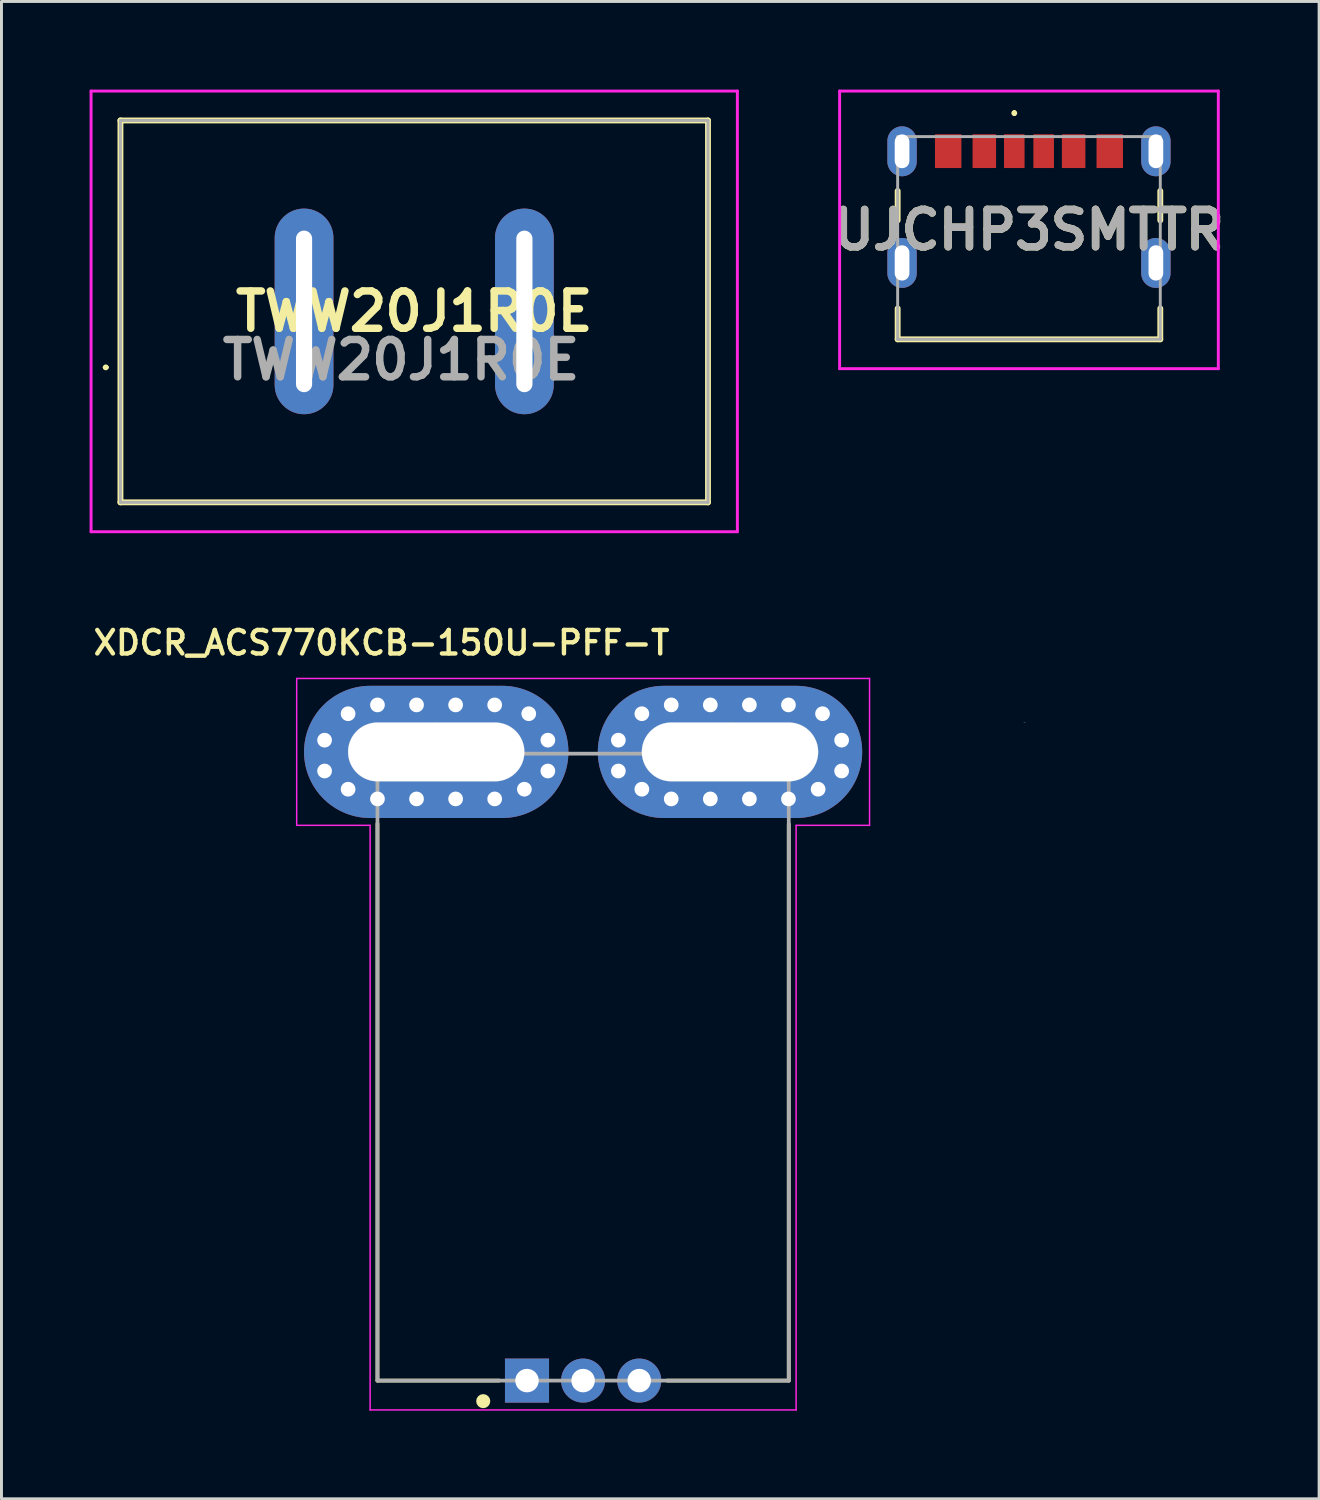
<source format=kicad_pcb>
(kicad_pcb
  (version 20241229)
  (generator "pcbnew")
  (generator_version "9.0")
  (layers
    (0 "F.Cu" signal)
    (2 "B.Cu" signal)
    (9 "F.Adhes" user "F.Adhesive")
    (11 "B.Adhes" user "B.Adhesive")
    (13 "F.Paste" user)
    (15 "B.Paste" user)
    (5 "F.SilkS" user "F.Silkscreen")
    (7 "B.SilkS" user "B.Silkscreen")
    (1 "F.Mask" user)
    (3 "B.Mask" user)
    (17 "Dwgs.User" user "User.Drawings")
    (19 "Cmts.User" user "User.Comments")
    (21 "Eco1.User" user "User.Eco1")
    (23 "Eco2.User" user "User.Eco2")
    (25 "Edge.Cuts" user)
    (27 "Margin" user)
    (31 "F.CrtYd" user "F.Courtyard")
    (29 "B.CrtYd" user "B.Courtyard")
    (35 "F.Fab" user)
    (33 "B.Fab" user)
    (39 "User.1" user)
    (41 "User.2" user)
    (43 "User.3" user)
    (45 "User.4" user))
  (footprint "UJCHP3SMTTR"
    (layer "F.Cu")
    (at 31.976 5.05)
    (property "Reference" "UJCHP3SMTTR" (at 0 -0.275 0) (layer "F.SilkS") (effects (font (size 1.27 1.27) (thickness 0.254))))
    (attr through_hole)
    (fp_line (start -4.47 -1.6) (end -4.47 -0.6) (stroke (width 0.2) (type solid)) (layer "F.SilkS"))
    (fp_line (start -4.47 2.4) (end -4.47 3.45) (stroke (width 0.2) (type solid)) (layer "F.SilkS"))
    (fp_line (start -4.47 3.45) (end 4.47 3.45) (stroke (width 0.2) (type solid)) (layer "F.SilkS"))
    (fp_line (start -0.5 -4.3) (end -0.5 -4.3) (stroke (width 0.1) (type solid)) (layer "F.SilkS"))
    (fp_line (start -0.5 -4.2) (end -0.5 -4.2) (stroke (width 0.1) (type solid)) (layer "F.SilkS"))
    (fp_line (start 4.47 -1.6) (end 4.47 -0.6) (stroke (width 0.2) (type solid)) (layer "F.SilkS"))
    (fp_line (start 4.47 3.45) (end 4.47 2.4) (stroke (width 0.2) (type solid)) (layer "F.SilkS"))
    (fp_arc (start -0.5 -4.3) (mid -0.45 -4.25) (end -0.5 -4.2) (stroke (width 0.1) (type solid)) (layer "F.SilkS"))
    (fp_arc (start -0.5 -4.2) (mid -0.55 -4.25) (end -0.5 -4.3) (stroke (width 0.1) (type solid)) (layer "F.SilkS"))
    (fp_line (start -6.445 -5) (end 6.445 -5) (stroke (width 0.1) (type solid)) (layer "F.CrtYd"))
    (fp_line (start -6.445 4.45) (end -6.445 -5) (stroke (width 0.1) (type solid)) (layer "F.CrtYd"))
    (fp_line (start 6.445 -5) (end 6.445 4.45) (stroke (width 0.1) (type solid)) (layer "F.CrtYd"))
    (fp_line (start 6.445 4.45) (end -6.445 4.45) (stroke (width 0.1) (type solid)) (layer "F.CrtYd"))
    (fp_line (start -4.47 -3.45) (end -4.47 3.45) (stroke (width 0.1) (type solid)) (layer "F.Fab"))
    (fp_line (start -4.47 3.45) (end 4.47 3.45) (stroke (width 0.1) (type solid)) (layer "F.Fab"))
    (fp_line (start 4.47 -3.45) (end -4.47 -3.45) (stroke (width 0.1) (type solid)) (layer "F.Fab"))
    (fp_line (start 4.47 3.45) (end 4.47 -3.45) (stroke (width 0.1) (type solid)) (layer "F.Fab"))
    (fp_text user "${REFERENCE}" (at 0 -0.275 0) (layer "F.Fab") (effects (font (size 1.27 1.27) (thickness 0.254))))
    (pad "A5" smd rect (at -0.5 -2.955) (size 0.7 1.15) (layers "F.Cu" "F.Mask" "F.Paste"))
    (pad "A9" smd rect (at 1.52 -2.955) (size 0.8 1.15) (layers "F.Cu" "F.Mask" "F.Paste"))
    (pad "A12" smd rect (at 2.75 -2.955) (size 0.9 1.15) (layers "F.Cu" "F.Mask" "F.Paste"))
    (pad "B5" smd rect (at 0.5 -2.955) (size 0.7 1.15) (layers "F.Cu" "F.Mask" "F.Paste"))
    (pad "B9" smd rect (at -1.52 -2.955) (size 0.8 1.15) (layers "F.Cu" "F.Mask" "F.Paste"))
    (pad "B12" smd rect (at -2.75 -2.955) (size 0.9 1.15) (layers "F.Cu" "F.Mask" "F.Paste"))
    (pad "MH1" thru_hole oval (at -4.32 -2.95) (size 1 1.7) (drill oval 0.5 1.15) (layers "*.Cu" "*.Mask"))
    (pad "MH2" thru_hole oval (at 4.32 -2.95) (size 1 1.7) (drill oval 0.5 1.15) (layers "*.Cu" "*.Mask"))
    (pad "MH3" thru_hole oval (at -4.32 0.85) (size 1 1.7) (drill oval 0.5 1.2) (layers "*.Cu" "*.Mask"))
    (pad "MH4" thru_hole oval (at 4.32 0.85) (size 1 1.7) (drill oval 0.5 1.2) (layers "*.Cu" "*.Mask")))
  (footprint "XDCR_ACS770KCB-150U-PFF-T"
    (layer "F.Cu")
    (at 16.799 43.945)
    (property "Reference" "XDCR_ACS770KCB-150U-PFF-T" (at -6.862 -25.114 0) (layer "F.SilkS") (effects (font (size 0.8 0.8) (thickness 0.15))))
    (attr through_hole)
    (fp_line (start -7 -18.96) (end -7 0) (stroke (width 0.127) (type solid)) (layer "F.SilkS"))
    (fp_line (start -7 0) (end -2.86 0) (stroke (width 0.127) (type solid)) (layer "F.SilkS"))
    (fp_line (start 2.86 0) (end 7 0) (stroke (width 0.127) (type solid)) (layer "F.SilkS"))
    (fp_line (start 7 0) (end 7 -18.94) (stroke (width 0.127) (type solid)) (layer "F.SilkS"))
    (fp_circle (center -3.4 0.7) (end -3.28 0.7) (stroke (width 0.24) (type solid)) (fill no) (layer "F.SilkS"))
    (fp_line (start -7 -22.4) (end -3 -22.4) (stroke (width 0.01) (type solid)) (layer "Edge.Cuts"))
    (fp_line (start -5 -22.4) (end -4.95 -22.4) (stroke (width 0.01) (type solid)) (layer "Edge.Cuts"))
    (fp_line (start -3 -20.4) (end -7 -20.4) (stroke (width 0.01) (type solid)) (layer "Edge.Cuts"))
    (fp_line (start 3 -22.4) (end 7 -22.4) (stroke (width 0.01) (type solid)) (layer "Edge.Cuts"))
    (fp_line (start 5 -22.4) (end 5.05 -22.4) (stroke (width 0.01) (type solid)) (layer "Edge.Cuts"))
    (fp_line (start 7 -20.4) (end 3 -20.4) (stroke (width 0.01) (type solid)) (layer "Edge.Cuts"))
    (fp_line (start 15 -22.4) (end 15.05 -22.4) (stroke (width 0.01) (type solid)) (layer "Edge.Cuts"))
    (fp_arc (start -7 -20.4) (mid -8 -21.4) (end -7 -22.4) (stroke (width 0.01) (type solid)) (layer "Edge.Cuts"))
    (fp_arc (start -3 -22.4) (mid -2 -21.4) (end -3 -20.4) (stroke (width 0.01) (type solid)) (layer "Edge.Cuts"))
    (fp_arc (start 3 -20.4) (mid 2 -21.4) (end 3 -22.4) (stroke (width 0.01) (type solid)) (layer "Edge.Cuts"))
    (fp_arc (start 7 -22.4) (mid 8 -21.4) (end 7 -20.4) (stroke (width 0.01) (type solid)) (layer "Edge.Cuts"))
    (fp_line (start -9.75 -23.9) (end 9.75 -23.9) (stroke (width 0.05) (type solid)) (layer "F.CrtYd"))
    (fp_line (start -9.75 -18.9) (end -9.75 -23.9) (stroke (width 0.05) (type solid)) (layer "F.CrtYd"))
    (fp_line (start -7.25 -18.9) (end -9.75 -18.9) (stroke (width 0.05) (type solid)) (layer "F.CrtYd"))
    (fp_line (start -7.25 1) (end -7.25 -18.9) (stroke (width 0.05) (type solid)) (layer "F.CrtYd"))
    (fp_line (start 7.25 -18.9) (end 7.25 1) (stroke (width 0.05) (type solid)) (layer "F.CrtYd"))
    (fp_line (start 7.25 1) (end -7.25 1) (stroke (width 0.05) (type solid)) (layer "F.CrtYd"))
    (fp_line (start 9.75 -23.9) (end 9.75 -18.9) (stroke (width 0.05) (type solid)) (layer "F.CrtYd"))
    (fp_line (start 9.75 -18.9) (end 7.25 -18.9) (stroke (width 0.05) (type solid)) (layer "F.CrtYd"))
    (fp_line (start -7 -21.34) (end 7 -21.34) (stroke (width 0.127) (type solid)) (layer "F.Fab"))
    (fp_line (start -7 0) (end -7 -21.34) (stroke (width 0.127) (type solid)) (layer "F.Fab"))
    (fp_line (start 7 -21.34) (end 7 0) (stroke (width 0.127) (type solid)) (layer "F.Fab"))
    (fp_line (start 7 0) (end -7 0) (stroke (width 0.127) (type solid)) (layer "F.Fab"))
    (pad "1" thru_hole rect (at -1.91 0) (size 1.5 1.5) (drill 0.8) (layers "*.Cu" "*.Mask"))
    (pad "2" thru_hole circle (at 0 0) (size 1.5 1.5) (drill 0.8) (layers "*.Cu" "*.Mask"))
    (pad "3" thru_hole circle (at 1.91 0) (size 1.5 1.5) (drill 0.8) (layers "*.Cu" "*.Mask"))
    (pad "4" thru_hole oval (at 5 -21.4) (size 9 4.5) (drill oval 6 2) (layers "*.Cu" "*.Mask"))
    (pad "4_1" thru_hole circle (at 3 -19.8) (size 0.8 0.8) (drill 0.5) (layers "*.Cu" "*.Mask"))
    (pad "4_2" thru_hole circle (at 4.33 -19.8) (size 0.8 0.8) (drill 0.5) (layers "*.Cu" "*.Mask"))
    (pad "4_3" thru_hole circle (at 5.66 -19.8) (size 0.8 0.8) (drill 0.5) (layers "*.Cu" "*.Mask"))
    (pad "4_4" thru_hole circle (at 6.99 -19.8) (size 0.8 0.8) (drill 0.5) (layers "*.Cu" "*.Mask"))
    (pad "4_5" thru_hole circle (at 8 -20.13) (size 0.8 0.8) (drill 0.5) (layers "*.Cu" "*.Mask"))
    (pad "4_6" thru_hole circle (at 8.8 -20.75) (size 0.8 0.8) (drill 0.5) (layers "*.Cu" "*.Mask"))
    (pad "4_7" thru_hole circle (at 8.8 -21.8) (size 0.8 0.8) (drill 0.5) (layers "*.Cu" "*.Mask"))
    (pad "4_8" thru_hole circle (at 8.15 -22.7) (size 0.8 0.8) (drill 0.5) (layers "*.Cu" "*.Mask"))
    (pad "4_9" thru_hole circle (at 6.99 -23) (size 0.8 0.8) (drill 0.5) (layers "*.Cu" "*.Mask"))
    (pad "4_10" thru_hole circle (at 5.66 -23) (size 0.8 0.8) (drill 0.5) (layers "*.Cu" "*.Mask"))
    (pad "4_11" thru_hole circle (at 4.33 -23) (size 0.8 0.8) (drill 0.5) (layers "*.Cu" "*.Mask"))
    (pad "4_12" thru_hole circle (at 3 -23) (size 0.8 0.8) (drill 0.5) (layers "*.Cu" "*.Mask"))
    (pad "4_13" thru_hole circle (at 2 -22.7) (size 0.8 0.8) (drill 0.5) (layers "*.Cu" "*.Mask"))
    (pad "4_14" thru_hole circle (at 1.2 -21.8) (size 0.8 0.8) (drill 0.5) (layers "*.Cu" "*.Mask"))
    (pad "4_15" thru_hole circle (at 1.2 -20.75) (size 0.8 0.8) (drill 0.5) (layers "*.Cu" "*.Mask"))
    (pad "4_16" thru_hole circle (at 2 -20.13) (size 0.8 0.8) (drill 0.5) (layers "*.Cu" "*.Mask"))
    (pad "5" thru_hole oval (at -5 -21.4) (size 9 4.5) (drill oval 6 2) (layers "*.Cu" "*.Mask"))
    (pad "5_1" thru_hole circle (at -7 -19.8) (size 0.8 0.8) (drill 0.5) (layers "*.Cu" "*.Mask"))
    (pad "5_2" thru_hole circle (at -5.67 -19.8) (size 0.8 0.8) (drill 0.5) (layers "*.Cu" "*.Mask"))
    (pad "5_3" thru_hole circle (at -4.34 -19.8) (size 0.8 0.8) (drill 0.5) (layers "*.Cu" "*.Mask"))
    (pad "5_4" thru_hole circle (at -3.01 -19.8) (size 0.8 0.8) (drill 0.5) (layers "*.Cu" "*.Mask"))
    (pad "5_5" thru_hole circle (at -8 -20.13) (size 0.8 0.8) (drill 0.5) (layers "*.Cu" "*.Mask"))
    (pad "5_6" thru_hole circle (at -8.8 -20.75) (size 0.8 0.8) (drill 0.5) (layers "*.Cu" "*.Mask"))
    (pad "5_7" thru_hole circle (at -8.8 -21.8) (size 0.8 0.8) (drill 0.5) (layers "*.Cu" "*.Mask"))
    (pad "5_8" thru_hole circle (at -8 -22.7) (size 0.8 0.8) (drill 0.5) (layers "*.Cu" "*.Mask"))
    (pad "5_9" thru_hole circle (at -7 -23) (size 0.8 0.8) (drill 0.5) (layers "*.Cu" "*.Mask"))
    (pad "5_10" thru_hole circle (at -5.67 -23) (size 0.8 0.8) (drill 0.5) (layers "*.Cu" "*.Mask"))
    (pad "5_11" thru_hole circle (at -4.34 -23) (size 0.8 0.8) (drill 0.5) (layers "*.Cu" "*.Mask"))
    (pad "5_12" thru_hole circle (at -3.01 -23) (size 0.8 0.8) (drill 0.5) (layers "*.Cu" "*.Mask"))
    (pad "5_13" thru_hole circle (at -1.85 -22.7) (size 0.8 0.8) (drill 0.5) (layers "*.Cu" "*.Mask"))
    (pad "5_14" thru_hole circle (at -1.2 -21.8) (size 0.8 0.8) (drill 0.5) (layers "*.Cu" "*.Mask"))
    (pad "5_15" thru_hole circle (at -1.2 -20.75) (size 0.8 0.8) (drill 0.5) (layers "*.Cu" "*.Mask"))
    (pad "5_16" thru_hole circle (at -2 -20.13) (size 0.8 0.8) (drill 0.5) (layers "*.Cu" "*.Mask")))
  (footprint "TWW20J1R0E"
    (layer "F.Cu")
    (at 7.3 9.455)
    (property "Reference" "TWW20J1R0E" (at 3.75 -1.905 0) (layer "F.SilkS") (effects (font (size 1.27 1.27) (thickness 0.254))))
    (attr through_hole)
    (fp_line (start -6.8 0) (end -6.8 0) (stroke (width 0.1) (type solid)) (layer "F.SilkS"))
    (fp_line (start -6.7 0) (end -6.7 0) (stroke (width 0.1) (type solid)) (layer "F.SilkS"))
    (fp_line (start -6.25 -8.405) (end 13.75 -8.405) (stroke (width 0.2) (type solid)) (layer "F.SilkS"))
    (fp_line (start -6.25 4.595) (end -6.25 -8.405) (stroke (width 0.2) (type solid)) (layer "F.SilkS"))
    (fp_line (start 13.75 -8.405) (end 13.75 4.595) (stroke (width 0.2) (type solid)) (layer "F.SilkS"))
    (fp_line (start 13.75 4.595) (end -6.25 4.595) (stroke (width 0.2) (type solid)) (layer "F.SilkS"))
    (fp_arc (start -6.8 0) (mid -6.75 -0.05) (end -6.7 0) (stroke (width 0.1) (type solid)) (layer "F.SilkS"))
    (fp_arc (start -6.7 0) (mid -6.75 0.05) (end -6.8 0) (stroke (width 0.1) (type solid)) (layer "F.SilkS"))
    (fp_line (start -7.25 -9.405) (end 14.75 -9.405) (stroke (width 0.1) (type solid)) (layer "F.CrtYd"))
    (fp_line (start -7.25 5.595) (end -7.25 -9.405) (stroke (width 0.1) (type solid)) (layer "F.CrtYd"))
    (fp_line (start 14.75 -9.405) (end 14.75 5.595) (stroke (width 0.1) (type solid)) (layer "F.CrtYd"))
    (fp_line (start 14.75 5.595) (end -7.25 5.595) (stroke (width 0.1) (type solid)) (layer "F.CrtYd"))
    (fp_line (start -6.25 -8.405) (end 13.75 -8.405) (stroke (width 0.1) (type solid)) (layer "F.Fab"))
    (fp_line (start -6.25 4.595) (end -6.25 -8.405) (stroke (width 0.1) (type solid)) (layer "F.Fab"))
    (fp_line (start 13.75 -8.405) (end 13.75 4.595) (stroke (width 0.1) (type solid)) (layer "F.Fab"))
    (fp_line (start 13.75 4.595) (end -6.25 4.595) (stroke (width 0.1) (type solid)) (layer "F.Fab"))
    (fp_text user "${REFERENCE}" (at 3.302 -0.254 0) (layer "F.Fab") (effects (font (size 1.27 1.27) (thickness 0.254))))
    (pad "1" thru_hole oval (at 7.5 -1.905) (size 2 7) (drill oval 0.55 5.5) (layers "*.Cu" "*.Mask"))
    (pad "2" thru_hole oval (at 0 -1.905) (size 2 7) (drill oval 0.55 5.5) (layers "*.Cu" "*.Mask")))
  (gr_rect
    (start -3 -3)
    (end 41.852 47.97)
    (stroke (width 0.1) (type default))
    (fill no)
    (layer "Edge.Cuts")))
</source>
